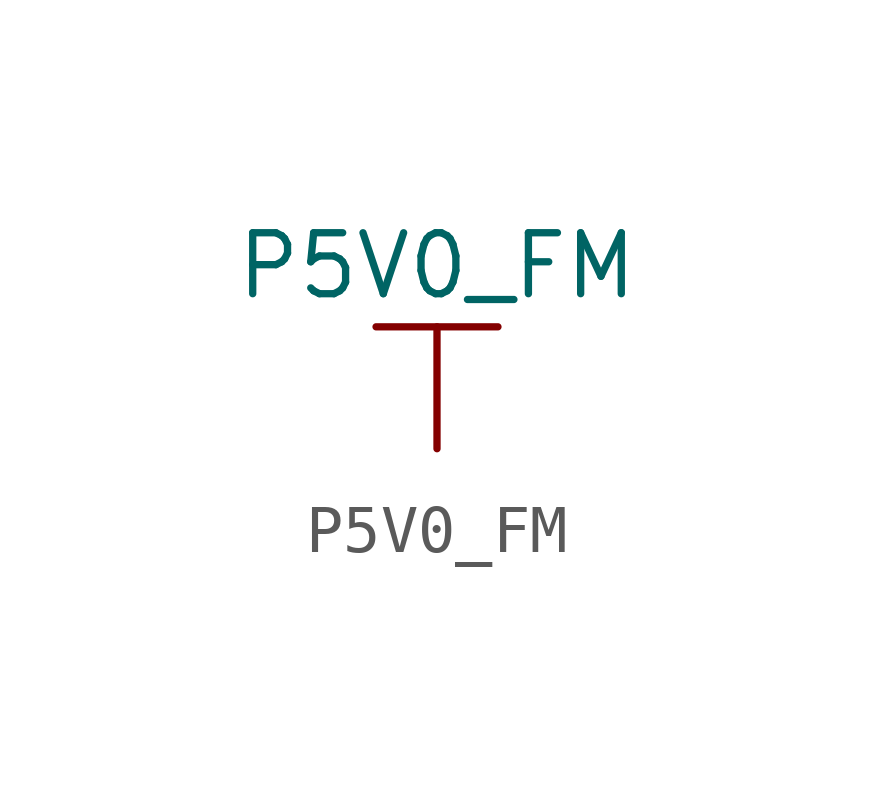
<source format=kicad_sym>
(kicad_symbol_lib
  (version 20211014)
  (generator kicad_symbol_editor)
  (symbol "P5V0_FM"
    (power)
    (pin_names
      (offset 0))
    (property "Reference" "#PWR"
      (at 0 -3.81 0)
      (effects (font (size 1.27 1.27)) hide))
    (property "Value" "P5V0_FM"
      (at 0 3.81 0)
      (effects (font (size 1.27 1.27))))
    (symbol "P5V0_FM_0_1"
      (polyline (pts (xy -1.27 2.54) (xy 1.27 2.54)) (stroke (width 0.152) (type default) (color 0 0 0 0)) (fill (type none)))
      (polyline (pts (xy 0 0) (xy 0 2.54)) (stroke (width 0.152) (type default) (color 0 0 0 0)) (fill (type none))))
    (symbol "P5V0_FM_1_1"
      (pin power_in line (at 0 0 90) (length 0) hide (name "P5V0_FM" (effects (font (size 1.27 1.27)))) (number "1" (effects (font (size 1.27 1.27))))))))
</source>
